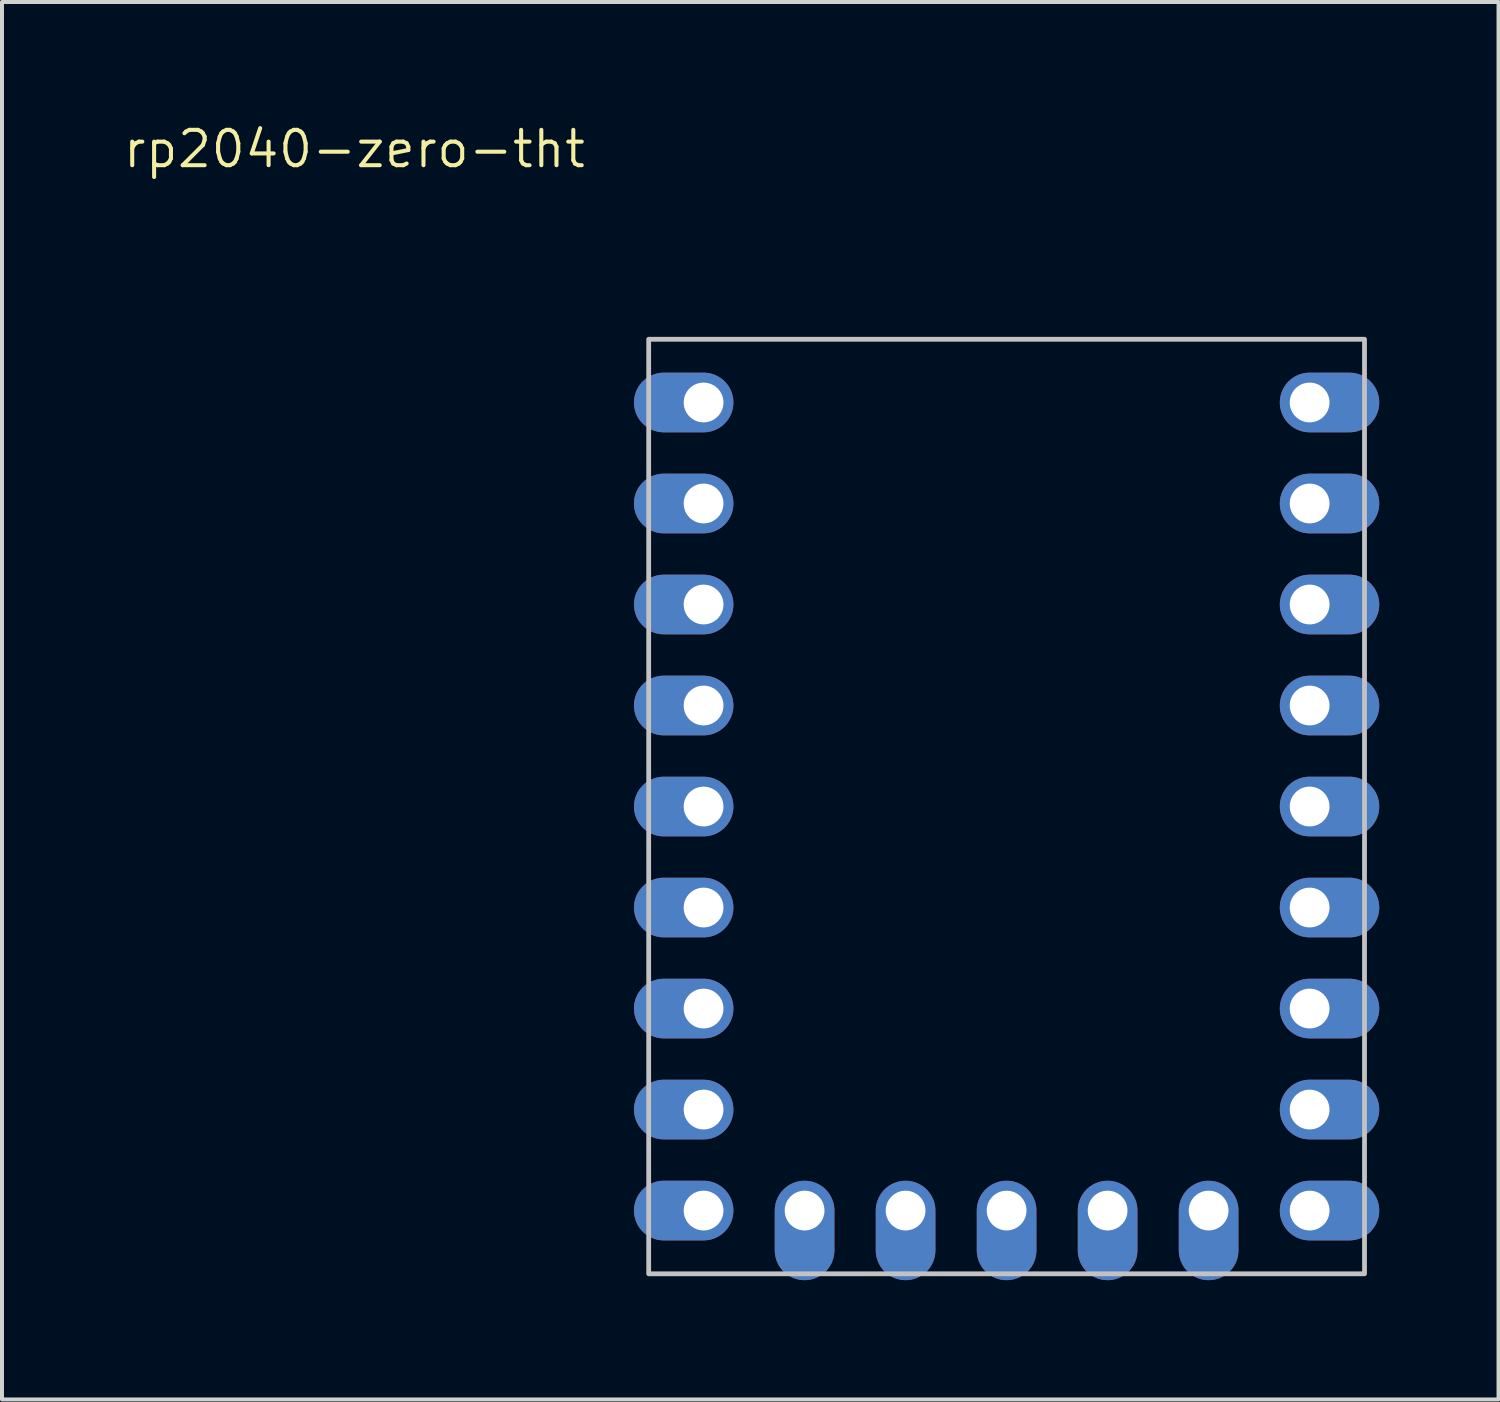
<source format=kicad_pcb>
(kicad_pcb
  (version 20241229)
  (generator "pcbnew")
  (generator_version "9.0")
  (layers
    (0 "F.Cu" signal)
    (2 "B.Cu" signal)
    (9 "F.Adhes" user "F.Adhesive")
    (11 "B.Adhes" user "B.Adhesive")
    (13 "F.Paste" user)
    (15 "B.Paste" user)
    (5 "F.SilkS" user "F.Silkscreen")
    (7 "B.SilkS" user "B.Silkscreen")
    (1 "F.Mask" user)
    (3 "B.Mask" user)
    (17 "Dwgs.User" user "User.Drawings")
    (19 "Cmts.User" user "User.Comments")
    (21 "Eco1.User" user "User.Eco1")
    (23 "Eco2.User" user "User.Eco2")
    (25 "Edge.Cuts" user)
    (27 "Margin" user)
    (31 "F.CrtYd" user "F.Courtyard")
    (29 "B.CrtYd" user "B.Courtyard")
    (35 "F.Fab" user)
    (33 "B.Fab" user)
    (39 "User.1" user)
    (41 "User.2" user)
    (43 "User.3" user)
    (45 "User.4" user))
  (footprint "rp2040-zero-tht"
    (layer "F.Cu")
    (at 22.262 17.231)
    (property "Reference" "rp2040-zero-tht" (at -16.399 -16.533 0) (layer "F.SilkS") (effects (font (size 0.889 0.889) (thickness 0.102))))
    (attr through_hole exclude_from_pos_files)
    (fp_rect (start -9 -11.75) (end 9 11.75) (stroke (width 0.12) (type solid)) (fill no) (layer "Dwgs.User"))
    (pad "1" thru_hole oval (at 7.62 -10.16 180) (size 2.5 1.5) (drill 1 (offset -0.5 0)) (layers "*.Cu" "*.Mask"))
    (pad "2" thru_hole oval (at 7.62 -7.62 180) (size 2.5 1.5) (drill 1 (offset -0.5 0)) (layers "*.Cu" "*.Mask"))
    (pad "3" thru_hole oval (at 7.62 -5.08 180) (size 2.5 1.5) (drill 1 (offset -0.5 0)) (layers "*.Cu" "*.Mask"))
    (pad "4" thru_hole oval (at 7.62 -2.54 180) (size 2.5 1.5) (drill 1 (offset -0.5 0)) (layers "*.Cu" "*.Mask"))
    (pad "5" thru_hole oval (at 7.62 0 180) (size 2.5 1.5) (drill 1 (offset -0.5 0)) (layers "*.Cu" "*.Mask"))
    (pad "6" thru_hole oval (at 7.62 2.54 180) (size 2.5 1.5) (drill 1 (offset -0.5 0)) (layers "*.Cu" "*.Mask"))
    (pad "7" thru_hole oval (at 7.62 5.08 180) (size 2.5 1.5) (drill 1 (offset -0.5 0)) (layers "*.Cu" "*.Mask"))
    (pad "8" thru_hole oval (at 7.62 7.62 180) (size 2.5 1.5) (drill 1 (offset -0.5 0)) (layers "*.Cu" "*.Mask"))
    (pad "9" thru_hole oval (at 7.62 10.16 180) (size 2.5 1.5) (drill 1 (offset -0.5 0)) (layers "*.Cu" "*.Mask"))
    (pad "10" thru_hole oval (at 5.08 10.16 90) (size 2.5 1.5) (drill 1 (offset -0.5 0)) (layers "*.Cu" "*.Mask"))
    (pad "11" thru_hole oval (at 2.54 10.16 90) (size 2.5 1.5) (drill 1 (offset -0.5 0)) (layers "*.Cu" "*.Mask"))
    (pad "12" thru_hole oval (at 0 10.16 90) (size 2.5 1.5) (drill 1 (offset -0.5 0)) (layers "*.Cu" "*.Mask"))
    (pad "13" thru_hole oval (at -2.54 10.16 90) (size 2.5 1.5) (drill 1 (offset -0.5 0)) (layers "*.Cu" "*.Mask"))
    (pad "14" thru_hole oval (at -5.08 10.16 90) (size 2.5 1.5) (drill 1 (offset -0.5 0)) (layers "*.Cu" "*.Mask"))
    (pad "15" thru_hole oval (at -7.62 10.16) (size 2.5 1.5) (drill 1 (offset -0.5 0)) (layers "*.Cu" "*.Mask"))
    (pad "16" thru_hole oval (at -7.62 7.62) (size 2.5 1.5) (drill 1 (offset -0.5 0)) (layers "*.Cu" "*.Mask"))
    (pad "17" thru_hole oval (at -7.62 5.08) (size 2.5 1.5) (drill 1 (offset -0.5 0)) (layers "*.Cu" "*.Mask"))
    (pad "18" thru_hole oval (at -7.62 2.54) (size 2.5 1.5) (drill 1 (offset -0.5 0)) (layers "*.Cu" "*.Mask"))
    (pad "19" thru_hole oval (at -7.62 0) (size 2.5 1.5) (drill 1 (offset -0.5 0)) (layers "*.Cu" "*.Mask"))
    (pad "20" thru_hole oval (at -7.62 -2.54) (size 2.5 1.5) (drill 1 (offset -0.5 0)) (layers "*.Cu" "*.Mask"))
    (pad "21" thru_hole oval (at -7.62 -5.08) (size 2.5 1.5) (drill 1 (offset -0.5 0)) (layers "*.Cu" "*.Mask"))
    (pad "22" thru_hole oval (at -7.62 -7.62) (size 2.5 1.5) (drill 1 (offset -0.5 0)) (layers "*.Cu" "*.Mask"))
    (pad "23" thru_hole oval (at -7.62 -10.16) (size 2.5 1.5) (drill 1 (offset -0.5 0)) (layers "*.Cu" "*.Mask")))
  (gr_rect
    (start -3 -3)
    (end 34.632 32.141)
    (stroke (width 0.1) (type default))
    (fill no)
    (layer "Edge.Cuts")))
</source>
